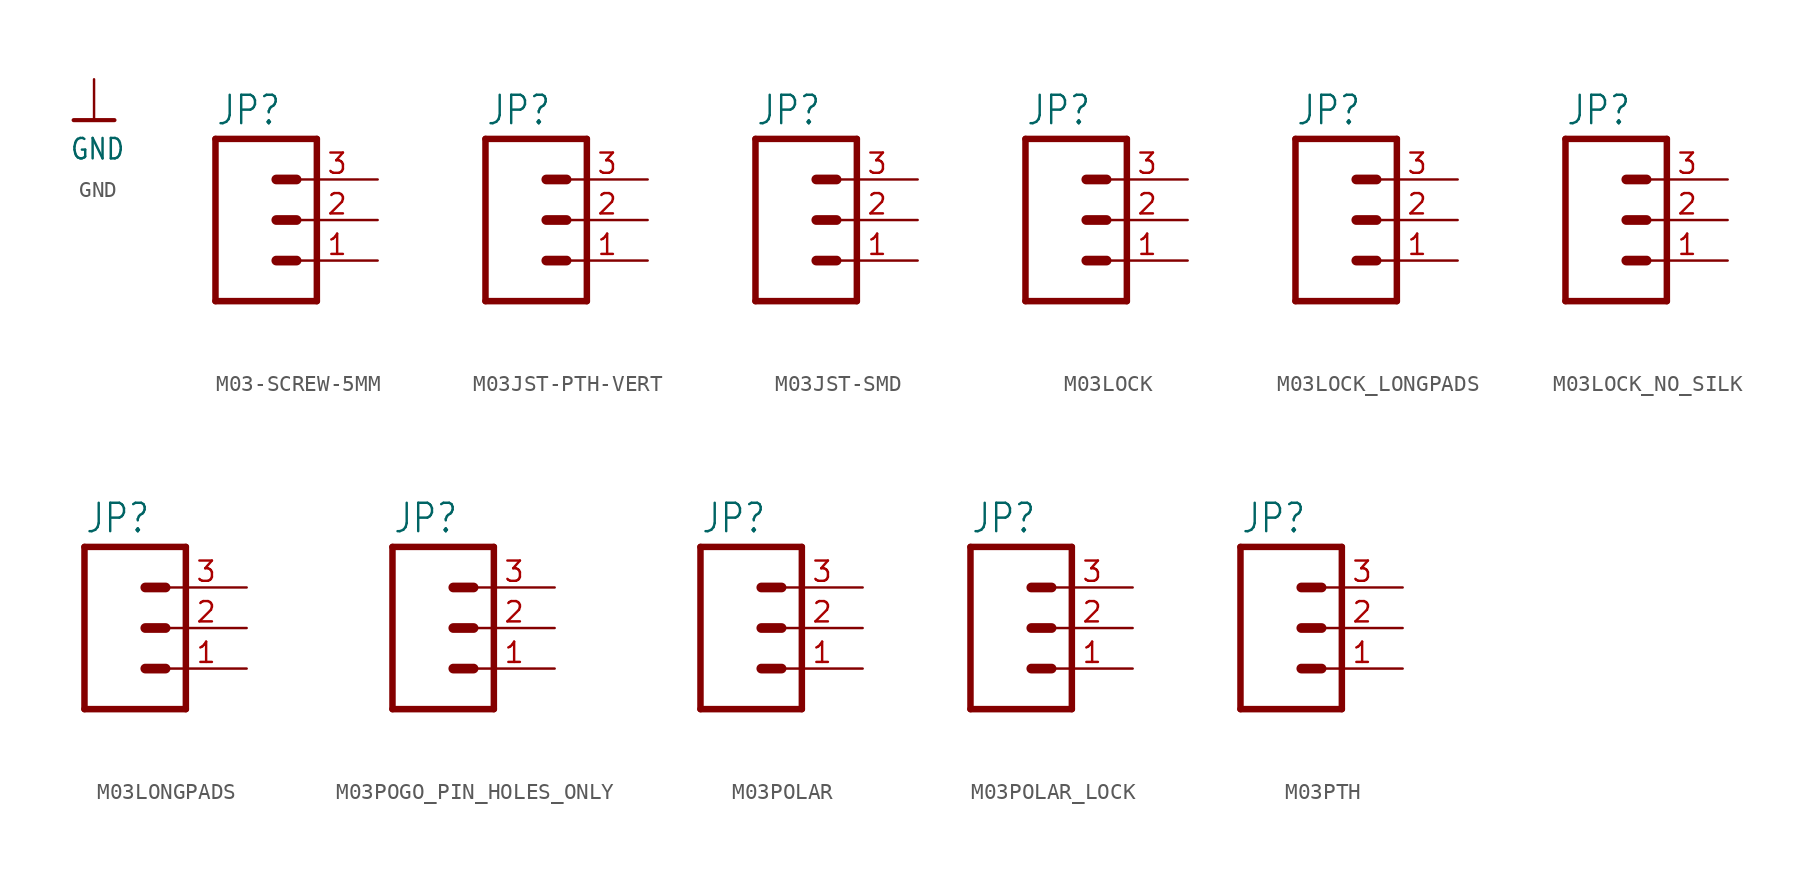
<source format=kicad_sym>
(kicad_symbol_lib
  (version 20220914)
  (generator kicad_symbol_editor)
  (symbol "GND"
    (power)
    (property "Reference" ""
      (at 0 0 0)
      (effects (font (size 1.27 1.27)) hide))
    (property "Value" "GND"
      (at -1.524 -2.54 0)
      (effects (font (size 1.27 1.079)) (justify left bottom)))
    (property "ki_locked" ""
      (at 0 0 0)
      (effects (font (size 1.27 1.27))))
    (symbol "GND_1_0"
      (polyline (pts (xy -1.27 0) (xy 1.27 0)) (stroke (width 0.254) (type solid)) (fill (type none)))
      (pin power_in line (at 0 2.54 270) (length 2.54) (name "GND" (effects (font (size 0 0)))) (number "1" (effects (font (size 0 0)))))))
  (symbol "M03-SCREW-5MM"
    (property "Reference" "JP"
      (at -2.54 5.842 0)
      (effects (font (size 1.778 1.511)) (justify left bottom)))
    (property "Value" ""
      (at -2.54 -7.62 0)
      (effects (font (size 1.778 1.511)) (justify left bottom)))
    (property "ki_locked" ""
      (at 0 0 0)
      (effects (font (size 1.27 1.27))))
    (symbol "M03-SCREW-5MM_1_0"
      (polyline (pts (xy -2.54 5.08) (xy -2.54 -5.08)) (stroke (width 0.406) (type solid)) (fill (type none)))
      (polyline (pts (xy -2.54 5.08) (xy 3.81 5.08)) (stroke (width 0.406) (type solid)) (fill (type none)))
      (polyline (pts (xy 1.27 -2.54) (xy 2.54 -2.54)) (stroke (width 0.61) (type solid)) (fill (type none)))
      (polyline (pts (xy 1.27 0) (xy 2.54 0)) (stroke (width 0.61) (type solid)) (fill (type none)))
      (polyline (pts (xy 1.27 2.54) (xy 2.54 2.54)) (stroke (width 0.61) (type solid)) (fill (type none)))
      (polyline (pts (xy 3.81 -5.08) (xy -2.54 -5.08)) (stroke (width 0.406) (type solid)) (fill (type none)))
      (polyline (pts (xy 3.81 -5.08) (xy 3.81 5.08)) (stroke (width 0.406) (type solid)) (fill (type none)))
      (pin passive line (at 7.62 -2.54 180) (length 5.08) (name "1" (effects (font (size 0 0)))) (number "1" (effects (font (size 1.27 1.27)))))
      (pin passive line (at 7.62 0 180) (length 5.08) (name "2" (effects (font (size 0 0)))) (number "2" (effects (font (size 1.27 1.27)))))
      (pin passive line (at 7.62 2.54 180) (length 5.08) (name "3" (effects (font (size 0 0)))) (number "3" (effects (font (size 1.27 1.27)))))))
  (symbol "M03JST-PTH-VERT"
    (property "Reference" "JP"
      (at -2.54 5.842 0)
      (effects (font (size 1.778 1.511)) (justify left bottom)))
    (property "Value" ""
      (at -2.54 -7.62 0)
      (effects (font (size 1.778 1.511)) (justify left bottom)))
    (property "ki_locked" ""
      (at 0 0 0)
      (effects (font (size 1.27 1.27))))
    (symbol "M03JST-PTH-VERT_1_0"
      (polyline (pts (xy -2.54 5.08) (xy -2.54 -5.08)) (stroke (width 0.406) (type solid)) (fill (type none)))
      (polyline (pts (xy -2.54 5.08) (xy 3.81 5.08)) (stroke (width 0.406) (type solid)) (fill (type none)))
      (polyline (pts (xy 1.27 -2.54) (xy 2.54 -2.54)) (stroke (width 0.61) (type solid)) (fill (type none)))
      (polyline (pts (xy 1.27 0) (xy 2.54 0)) (stroke (width 0.61) (type solid)) (fill (type none)))
      (polyline (pts (xy 1.27 2.54) (xy 2.54 2.54)) (stroke (width 0.61) (type solid)) (fill (type none)))
      (polyline (pts (xy 3.81 -5.08) (xy -2.54 -5.08)) (stroke (width 0.406) (type solid)) (fill (type none)))
      (polyline (pts (xy 3.81 -5.08) (xy 3.81 5.08)) (stroke (width 0.406) (type solid)) (fill (type none)))
      (pin passive line (at 7.62 -2.54 180) (length 5.08) (name "1" (effects (font (size 0 0)))) (number "1" (effects (font (size 1.27 1.27)))))
      (pin passive line (at 7.62 0 180) (length 5.08) (name "2" (effects (font (size 0 0)))) (number "2" (effects (font (size 1.27 1.27)))))
      (pin passive line (at 7.62 2.54 180) (length 5.08) (name "3" (effects (font (size 0 0)))) (number "3" (effects (font (size 1.27 1.27)))))))
  (symbol "M03JST-SMD"
    (property "Reference" "JP"
      (at -2.54 5.842 0)
      (effects (font (size 1.778 1.511)) (justify left bottom)))
    (property "Value" ""
      (at -2.54 -7.62 0)
      (effects (font (size 1.778 1.511)) (justify left bottom)))
    (property "ki_locked" ""
      (at 0 0 0)
      (effects (font (size 1.27 1.27))))
    (symbol "M03JST-SMD_1_0"
      (polyline (pts (xy -2.54 5.08) (xy -2.54 -5.08)) (stroke (width 0.406) (type solid)) (fill (type none)))
      (polyline (pts (xy -2.54 5.08) (xy 3.81 5.08)) (stroke (width 0.406) (type solid)) (fill (type none)))
      (polyline (pts (xy 1.27 -2.54) (xy 2.54 -2.54)) (stroke (width 0.61) (type solid)) (fill (type none)))
      (polyline (pts (xy 1.27 0) (xy 2.54 0)) (stroke (width 0.61) (type solid)) (fill (type none)))
      (polyline (pts (xy 1.27 2.54) (xy 2.54 2.54)) (stroke (width 0.61) (type solid)) (fill (type none)))
      (polyline (pts (xy 3.81 -5.08) (xy -2.54 -5.08)) (stroke (width 0.406) (type solid)) (fill (type none)))
      (polyline (pts (xy 3.81 -5.08) (xy 3.81 5.08)) (stroke (width 0.406) (type solid)) (fill (type none)))
      (pin passive line (at 7.62 -2.54 180) (length 5.08) (name "1" (effects (font (size 0 0)))) (number "1" (effects (font (size 1.27 1.27)))))
      (pin passive line (at 7.62 0 180) (length 5.08) (name "2" (effects (font (size 0 0)))) (number "2" (effects (font (size 1.27 1.27)))))
      (pin passive line (at 7.62 2.54 180) (length 5.08) (name "3" (effects (font (size 0 0)))) (number "3" (effects (font (size 1.27 1.27)))))))
  (symbol "M03LOCK"
    (property "Reference" "JP"
      (at -2.54 5.842 0)
      (effects (font (size 1.778 1.511)) (justify left bottom)))
    (property "Value" ""
      (at -2.54 -7.62 0)
      (effects (font (size 1.778 1.511)) (justify left bottom)))
    (property "ki_locked" ""
      (at 0 0 0)
      (effects (font (size 1.27 1.27))))
    (symbol "M03LOCK_1_0"
      (polyline (pts (xy -2.54 5.08) (xy -2.54 -5.08)) (stroke (width 0.406) (type solid)) (fill (type none)))
      (polyline (pts (xy -2.54 5.08) (xy 3.81 5.08)) (stroke (width 0.406) (type solid)) (fill (type none)))
      (polyline (pts (xy 1.27 -2.54) (xy 2.54 -2.54)) (stroke (width 0.61) (type solid)) (fill (type none)))
      (polyline (pts (xy 1.27 0) (xy 2.54 0)) (stroke (width 0.61) (type solid)) (fill (type none)))
      (polyline (pts (xy 1.27 2.54) (xy 2.54 2.54)) (stroke (width 0.61) (type solid)) (fill (type none)))
      (polyline (pts (xy 3.81 -5.08) (xy -2.54 -5.08)) (stroke (width 0.406) (type solid)) (fill (type none)))
      (polyline (pts (xy 3.81 -5.08) (xy 3.81 5.08)) (stroke (width 0.406) (type solid)) (fill (type none)))
      (pin passive line (at 7.62 -2.54 180) (length 5.08) (name "1" (effects (font (size 0 0)))) (number "1" (effects (font (size 1.27 1.27)))))
      (pin passive line (at 7.62 0 180) (length 5.08) (name "2" (effects (font (size 0 0)))) (number "2" (effects (font (size 1.27 1.27)))))
      (pin passive line (at 7.62 2.54 180) (length 5.08) (name "3" (effects (font (size 0 0)))) (number "3" (effects (font (size 1.27 1.27)))))))
  (symbol "M03LOCK_LONGPADS"
    (property "Reference" "JP"
      (at -2.54 5.842 0)
      (effects (font (size 1.778 1.511)) (justify left bottom)))
    (property "Value" ""
      (at -2.54 -7.62 0)
      (effects (font (size 1.778 1.511)) (justify left bottom)))
    (property "ki_locked" ""
      (at 0 0 0)
      (effects (font (size 1.27 1.27))))
    (symbol "M03LOCK_LONGPADS_1_0"
      (polyline (pts (xy -2.54 5.08) (xy -2.54 -5.08)) (stroke (width 0.406) (type solid)) (fill (type none)))
      (polyline (pts (xy -2.54 5.08) (xy 3.81 5.08)) (stroke (width 0.406) (type solid)) (fill (type none)))
      (polyline (pts (xy 1.27 -2.54) (xy 2.54 -2.54)) (stroke (width 0.61) (type solid)) (fill (type none)))
      (polyline (pts (xy 1.27 0) (xy 2.54 0)) (stroke (width 0.61) (type solid)) (fill (type none)))
      (polyline (pts (xy 1.27 2.54) (xy 2.54 2.54)) (stroke (width 0.61) (type solid)) (fill (type none)))
      (polyline (pts (xy 3.81 -5.08) (xy -2.54 -5.08)) (stroke (width 0.406) (type solid)) (fill (type none)))
      (polyline (pts (xy 3.81 -5.08) (xy 3.81 5.08)) (stroke (width 0.406) (type solid)) (fill (type none)))
      (pin passive line (at 7.62 -2.54 180) (length 5.08) (name "1" (effects (font (size 0 0)))) (number "1" (effects (font (size 1.27 1.27)))))
      (pin passive line (at 7.62 0 180) (length 5.08) (name "2" (effects (font (size 0 0)))) (number "2" (effects (font (size 1.27 1.27)))))
      (pin passive line (at 7.62 2.54 180) (length 5.08) (name "3" (effects (font (size 0 0)))) (number "3" (effects (font (size 1.27 1.27)))))))
  (symbol "M03LOCK_NO_SILK"
    (property "Reference" "JP"
      (at -2.54 5.842 0)
      (effects (font (size 1.778 1.511)) (justify left bottom)))
    (property "Value" ""
      (at -2.54 -7.62 0)
      (effects (font (size 1.778 1.511)) (justify left bottom)))
    (property "ki_locked" ""
      (at 0 0 0)
      (effects (font (size 1.27 1.27))))
    (symbol "M03LOCK_NO_SILK_1_0"
      (polyline (pts (xy -2.54 5.08) (xy -2.54 -5.08)) (stroke (width 0.406) (type solid)) (fill (type none)))
      (polyline (pts (xy -2.54 5.08) (xy 3.81 5.08)) (stroke (width 0.406) (type solid)) (fill (type none)))
      (polyline (pts (xy 1.27 -2.54) (xy 2.54 -2.54)) (stroke (width 0.61) (type solid)) (fill (type none)))
      (polyline (pts (xy 1.27 0) (xy 2.54 0)) (stroke (width 0.61) (type solid)) (fill (type none)))
      (polyline (pts (xy 1.27 2.54) (xy 2.54 2.54)) (stroke (width 0.61) (type solid)) (fill (type none)))
      (polyline (pts (xy 3.81 -5.08) (xy -2.54 -5.08)) (stroke (width 0.406) (type solid)) (fill (type none)))
      (polyline (pts (xy 3.81 -5.08) (xy 3.81 5.08)) (stroke (width 0.406) (type solid)) (fill (type none)))
      (pin passive line (at 7.62 -2.54 180) (length 5.08) (name "1" (effects (font (size 0 0)))) (number "1" (effects (font (size 1.27 1.27)))))
      (pin passive line (at 7.62 0 180) (length 5.08) (name "2" (effects (font (size 0 0)))) (number "2" (effects (font (size 1.27 1.27)))))
      (pin passive line (at 7.62 2.54 180) (length 5.08) (name "3" (effects (font (size 0 0)))) (number "3" (effects (font (size 1.27 1.27)))))))
  (symbol "M03LONGPADS"
    (property "Reference" "JP"
      (at -2.54 5.842 0)
      (effects (font (size 1.778 1.511)) (justify left bottom)))
    (property "Value" ""
      (at -2.54 -7.62 0)
      (effects (font (size 1.778 1.511)) (justify left bottom)))
    (property "ki_locked" ""
      (at 0 0 0)
      (effects (font (size 1.27 1.27))))
    (symbol "M03LONGPADS_1_0"
      (polyline (pts (xy -2.54 5.08) (xy -2.54 -5.08)) (stroke (width 0.406) (type solid)) (fill (type none)))
      (polyline (pts (xy -2.54 5.08) (xy 3.81 5.08)) (stroke (width 0.406) (type solid)) (fill (type none)))
      (polyline (pts (xy 1.27 -2.54) (xy 2.54 -2.54)) (stroke (width 0.61) (type solid)) (fill (type none)))
      (polyline (pts (xy 1.27 0) (xy 2.54 0)) (stroke (width 0.61) (type solid)) (fill (type none)))
      (polyline (pts (xy 1.27 2.54) (xy 2.54 2.54)) (stroke (width 0.61) (type solid)) (fill (type none)))
      (polyline (pts (xy 3.81 -5.08) (xy -2.54 -5.08)) (stroke (width 0.406) (type solid)) (fill (type none)))
      (polyline (pts (xy 3.81 -5.08) (xy 3.81 5.08)) (stroke (width 0.406) (type solid)) (fill (type none)))
      (pin passive line (at 7.62 -2.54 180) (length 5.08) (name "1" (effects (font (size 0 0)))) (number "1" (effects (font (size 1.27 1.27)))))
      (pin passive line (at 7.62 0 180) (length 5.08) (name "2" (effects (font (size 0 0)))) (number "2" (effects (font (size 1.27 1.27)))))
      (pin passive line (at 7.62 2.54 180) (length 5.08) (name "3" (effects (font (size 0 0)))) (number "3" (effects (font (size 1.27 1.27)))))))
  (symbol "M03POGO_PIN_HOLES_ONLY"
    (property "Reference" "JP"
      (at -2.54 5.842 0)
      (effects (font (size 1.778 1.511)) (justify left bottom)))
    (property "Value" ""
      (at -2.54 -7.62 0)
      (effects (font (size 1.778 1.511)) (justify left bottom)))
    (property "ki_locked" ""
      (at 0 0 0)
      (effects (font (size 1.27 1.27))))
    (symbol "M03POGO_PIN_HOLES_ONLY_1_0"
      (polyline (pts (xy -2.54 5.08) (xy -2.54 -5.08)) (stroke (width 0.406) (type solid)) (fill (type none)))
      (polyline (pts (xy -2.54 5.08) (xy 3.81 5.08)) (stroke (width 0.406) (type solid)) (fill (type none)))
      (polyline (pts (xy 1.27 -2.54) (xy 2.54 -2.54)) (stroke (width 0.61) (type solid)) (fill (type none)))
      (polyline (pts (xy 1.27 0) (xy 2.54 0)) (stroke (width 0.61) (type solid)) (fill (type none)))
      (polyline (pts (xy 1.27 2.54) (xy 2.54 2.54)) (stroke (width 0.61) (type solid)) (fill (type none)))
      (polyline (pts (xy 3.81 -5.08) (xy -2.54 -5.08)) (stroke (width 0.406) (type solid)) (fill (type none)))
      (polyline (pts (xy 3.81 -5.08) (xy 3.81 5.08)) (stroke (width 0.406) (type solid)) (fill (type none)))
      (pin passive line (at 7.62 -2.54 180) (length 5.08) (name "1" (effects (font (size 0 0)))) (number "1" (effects (font (size 1.27 1.27)))))
      (pin passive line (at 7.62 0 180) (length 5.08) (name "2" (effects (font (size 0 0)))) (number "2" (effects (font (size 1.27 1.27)))))
      (pin passive line (at 7.62 2.54 180) (length 5.08) (name "3" (effects (font (size 0 0)))) (number "3" (effects (font (size 1.27 1.27)))))))
  (symbol "M03POLAR"
    (property "Reference" "JP"
      (at -2.54 5.842 0)
      (effects (font (size 1.778 1.511)) (justify left bottom)))
    (property "Value" ""
      (at -2.54 -7.62 0)
      (effects (font (size 1.778 1.511)) (justify left bottom)))
    (property "ki_locked" ""
      (at 0 0 0)
      (effects (font (size 1.27 1.27))))
    (symbol "M03POLAR_1_0"
      (polyline (pts (xy -2.54 5.08) (xy -2.54 -5.08)) (stroke (width 0.406) (type solid)) (fill (type none)))
      (polyline (pts (xy -2.54 5.08) (xy 3.81 5.08)) (stroke (width 0.406) (type solid)) (fill (type none)))
      (polyline (pts (xy 1.27 -2.54) (xy 2.54 -2.54)) (stroke (width 0.61) (type solid)) (fill (type none)))
      (polyline (pts (xy 1.27 0) (xy 2.54 0)) (stroke (width 0.61) (type solid)) (fill (type none)))
      (polyline (pts (xy 1.27 2.54) (xy 2.54 2.54)) (stroke (width 0.61) (type solid)) (fill (type none)))
      (polyline (pts (xy 3.81 -5.08) (xy -2.54 -5.08)) (stroke (width 0.406) (type solid)) (fill (type none)))
      (polyline (pts (xy 3.81 -5.08) (xy 3.81 5.08)) (stroke (width 0.406) (type solid)) (fill (type none)))
      (pin passive line (at 7.62 -2.54 180) (length 5.08) (name "1" (effects (font (size 0 0)))) (number "1" (effects (font (size 1.27 1.27)))))
      (pin passive line (at 7.62 0 180) (length 5.08) (name "2" (effects (font (size 0 0)))) (number "2" (effects (font (size 1.27 1.27)))))
      (pin passive line (at 7.62 2.54 180) (length 5.08) (name "3" (effects (font (size 0 0)))) (number "3" (effects (font (size 1.27 1.27)))))))
  (symbol "M03POLAR_LOCK"
    (property "Reference" "JP"
      (at -2.54 5.842 0)
      (effects (font (size 1.778 1.511)) (justify left bottom)))
    (property "Value" ""
      (at -2.54 -7.62 0)
      (effects (font (size 1.778 1.511)) (justify left bottom)))
    (property "ki_locked" ""
      (at 0 0 0)
      (effects (font (size 1.27 1.27))))
    (symbol "M03POLAR_LOCK_1_0"
      (polyline (pts (xy -2.54 5.08) (xy -2.54 -5.08)) (stroke (width 0.406) (type solid)) (fill (type none)))
      (polyline (pts (xy -2.54 5.08) (xy 3.81 5.08)) (stroke (width 0.406) (type solid)) (fill (type none)))
      (polyline (pts (xy 1.27 -2.54) (xy 2.54 -2.54)) (stroke (width 0.61) (type solid)) (fill (type none)))
      (polyline (pts (xy 1.27 0) (xy 2.54 0)) (stroke (width 0.61) (type solid)) (fill (type none)))
      (polyline (pts (xy 1.27 2.54) (xy 2.54 2.54)) (stroke (width 0.61) (type solid)) (fill (type none)))
      (polyline (pts (xy 3.81 -5.08) (xy -2.54 -5.08)) (stroke (width 0.406) (type solid)) (fill (type none)))
      (polyline (pts (xy 3.81 -5.08) (xy 3.81 5.08)) (stroke (width 0.406) (type solid)) (fill (type none)))
      (pin passive line (at 7.62 -2.54 180) (length 5.08) (name "1" (effects (font (size 0 0)))) (number "1" (effects (font (size 1.27 1.27)))))
      (pin passive line (at 7.62 0 180) (length 5.08) (name "2" (effects (font (size 0 0)))) (number "2" (effects (font (size 1.27 1.27)))))
      (pin passive line (at 7.62 2.54 180) (length 5.08) (name "3" (effects (font (size 0 0)))) (number "3" (effects (font (size 1.27 1.27)))))))
  (symbol "M03PTH"
    (property "Reference" "JP"
      (at -2.54 5.842 0)
      (effects (font (size 1.778 1.511)) (justify left bottom)))
    (property "Value" ""
      (at -2.54 -7.62 0)
      (effects (font (size 1.778 1.511)) (justify left bottom)))
    (property "ki_locked" ""
      (at 0 0 0)
      (effects (font (size 1.27 1.27))))
    (symbol "M03PTH_1_0"
      (polyline (pts (xy -2.54 5.08) (xy -2.54 -5.08)) (stroke (width 0.406) (type solid)) (fill (type none)))
      (polyline (pts (xy -2.54 5.08) (xy 3.81 5.08)) (stroke (width 0.406) (type solid)) (fill (type none)))
      (polyline (pts (xy 1.27 -2.54) (xy 2.54 -2.54)) (stroke (width 0.61) (type solid)) (fill (type none)))
      (polyline (pts (xy 1.27 0) (xy 2.54 0)) (stroke (width 0.61) (type solid)) (fill (type none)))
      (polyline (pts (xy 1.27 2.54) (xy 2.54 2.54)) (stroke (width 0.61) (type solid)) (fill (type none)))
      (polyline (pts (xy 3.81 -5.08) (xy -2.54 -5.08)) (stroke (width 0.406) (type solid)) (fill (type none)))
      (polyline (pts (xy 3.81 -5.08) (xy 3.81 5.08)) (stroke (width 0.406) (type solid)) (fill (type none)))
      (pin passive line (at 7.62 -2.54 180) (length 5.08) (name "1" (effects (font (size 0 0)))) (number "1" (effects (font (size 1.27 1.27)))))
      (pin passive line (at 7.62 0 180) (length 5.08) (name "2" (effects (font (size 0 0)))) (number "2" (effects (font (size 1.27 1.27)))))
      (pin passive line (at 7.62 2.54 180) (length 5.08) (name "3" (effects (font (size 0 0)))) (number "3" (effects (font (size 1.27 1.27))))))))
</source>
